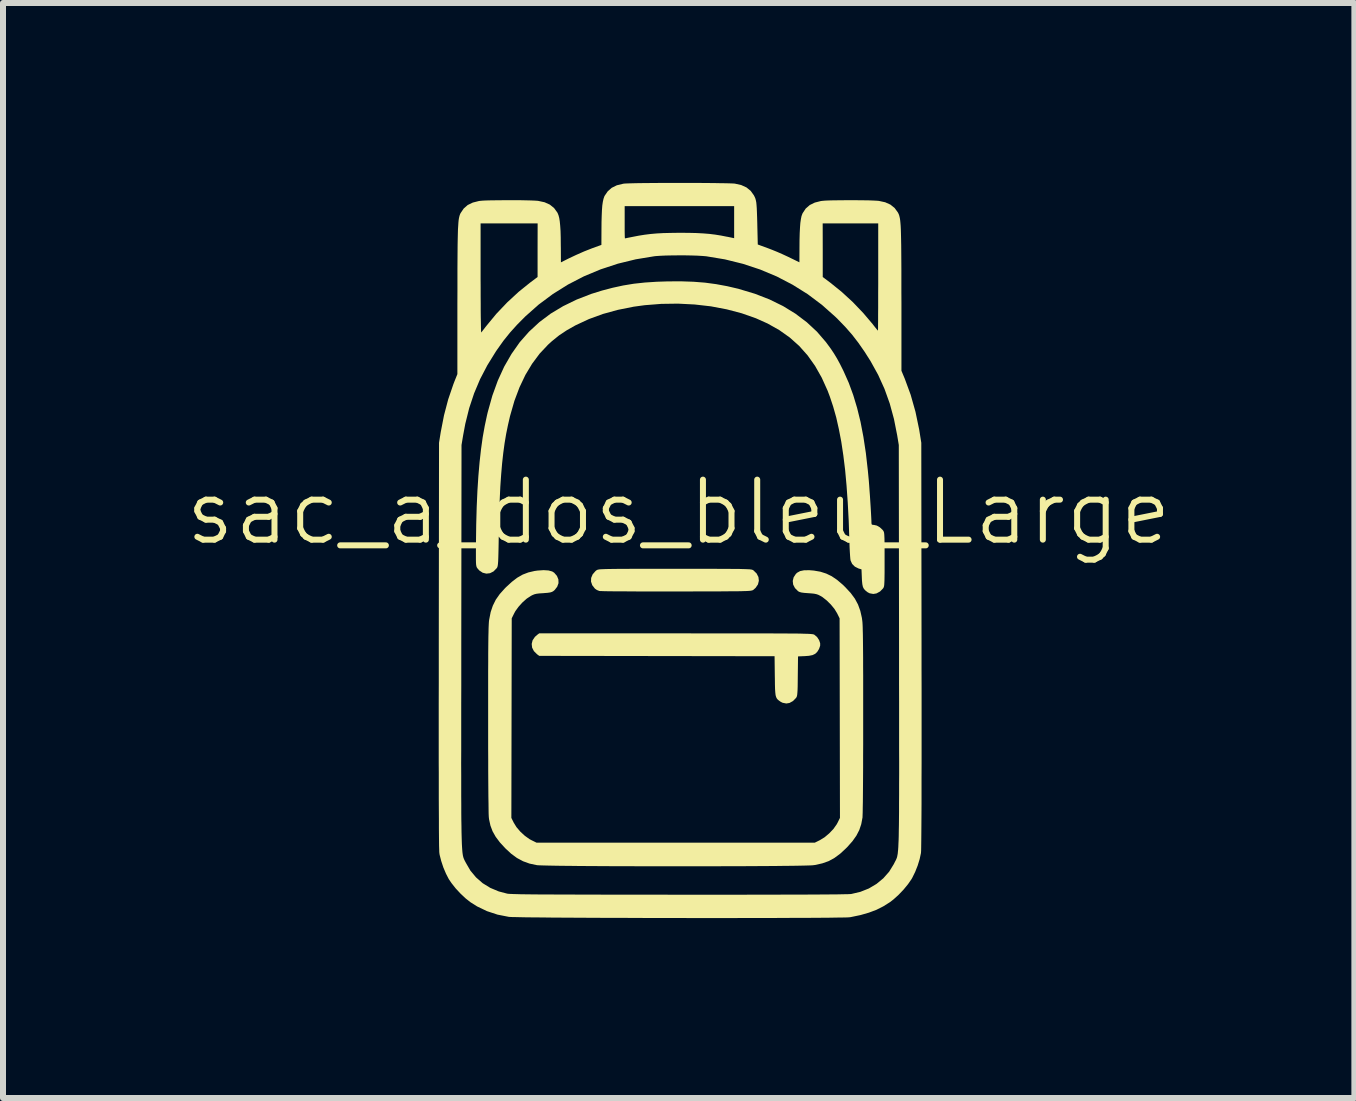
<source format=kicad_pcb>
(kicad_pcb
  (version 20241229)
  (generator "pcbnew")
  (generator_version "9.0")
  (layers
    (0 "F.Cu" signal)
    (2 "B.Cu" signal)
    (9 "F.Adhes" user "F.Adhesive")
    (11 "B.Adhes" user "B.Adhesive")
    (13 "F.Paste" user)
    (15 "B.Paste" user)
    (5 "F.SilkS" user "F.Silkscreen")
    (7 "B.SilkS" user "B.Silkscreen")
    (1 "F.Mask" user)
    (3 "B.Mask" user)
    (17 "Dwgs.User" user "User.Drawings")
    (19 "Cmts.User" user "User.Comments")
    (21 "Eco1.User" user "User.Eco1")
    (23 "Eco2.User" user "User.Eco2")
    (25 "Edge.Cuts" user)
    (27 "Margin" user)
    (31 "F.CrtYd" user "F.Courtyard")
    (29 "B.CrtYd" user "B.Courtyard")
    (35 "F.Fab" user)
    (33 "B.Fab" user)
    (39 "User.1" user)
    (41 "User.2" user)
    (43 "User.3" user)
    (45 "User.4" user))
  (footprint "sac_a_dos_bleu_Large"
    (layer "F.Cu")
    (at 8.264 5.989)
    (property "Reference" "sac_a_dos_bleu_Large" (at 0 -0.5 0) (unlocked yes) (layer "F.SilkS") (effects (font (size 1 1) (thickness 0.1))))
    (attr through_hole)
    (fp_poly (pts (xy 0.228 1.52) (xy 0.484 1.52) (xy 0.718 1.52) (xy 0.929 1.52) (xy 1.12 1.52) (xy 1.292 1.52) (xy 1.444 1.52) (xy 1.58 1.521) (xy 1.699 1.521) (xy 1.803 1.522) (xy 1.893 1.523) (xy 1.97 1.523) (xy 2.035 1.524) (xy 2.089 1.526) (xy 2.133 1.527) (xy 2.168 1.528) (xy 2.196 1.53) (xy 2.218 1.532) (xy 2.234 1.534) (xy 2.245 1.536) (xy 2.254 1.539) (xy 2.26 1.541) (xy 2.261 1.542) (xy 2.307 1.58) (xy 2.342 1.634) (xy 2.359 1.685) (xy 2.359 1.725) (xy 2.343 1.772) (xy 2.337 1.785) (xy 2.309 1.83) (xy 2.276 1.861) (xy 2.232 1.882) (xy 2.172 1.894) (xy 2.106 1.899) (xy 1.99 1.904) (xy 1.986 2.233) (xy 1.985 2.333) (xy 1.984 2.41) (xy 1.982 2.469) (xy 1.979 2.513) (xy 1.976 2.544) (xy 1.972 2.565) (xy 1.966 2.581) (xy 1.959 2.593) (xy 1.956 2.597) (xy 1.906 2.648) (xy 1.848 2.68) (xy 1.795 2.689) (xy 1.733 2.677) (xy 1.701 2.661) (xy 1.674 2.642) (xy 1.653 2.625) (xy 1.637 2.606) (xy 1.625 2.582) (xy 1.616 2.55) (xy 1.611 2.507) (xy 1.607 2.449) (xy 1.605 2.374) (xy 1.604 2.279) (xy 1.603 2.232) (xy 1.599 1.901) (xy -0.363 1.898) (xy -2.324 1.895) (xy -2.36 1.869) (xy -2.413 1.816) (xy -2.443 1.758) (xy -2.45 1.696) (xy -2.435 1.635) (xy -2.396 1.578) (xy -2.36 1.546) (xy -2.324 1.519) (xy -0.052 1.519)) (stroke (width 0) (type solid)) (fill yes) (layer "F.SilkS"))
    (fp_poly (pts (xy 0.144 0.444) (xy 0.327 0.444) (xy 0.487 0.444) (xy 0.628 0.444) (xy 0.749 0.445) (xy 0.852 0.445) (xy 0.939 0.446) (xy 1.011 0.446) (xy 1.071 0.448) (xy 1.118 0.449) (xy 1.155 0.451) (xy 1.183 0.452) (xy 1.204 0.455) (xy 1.219 0.457) (xy 1.23 0.461) (xy 1.238 0.464) (xy 1.244 0.468) (xy 1.247 0.47) (xy 1.3 0.522) (xy 1.33 0.581) (xy 1.337 0.643) (xy 1.322 0.704) (xy 1.283 0.761) (xy 1.247 0.793) (xy 1.241 0.797) (xy 1.234 0.801) (xy 1.224 0.804) (xy 1.211 0.807) (xy 1.193 0.81) (xy 1.168 0.812) (xy 1.135 0.814) (xy 1.091 0.815) (xy 1.037 0.817) (xy 0.97 0.818) (xy 0.889 0.818) (xy 0.792 0.819) (xy 0.677 0.82) (xy 0.544 0.82) (xy 0.391 0.82) (xy 0.216 0.821) (xy 0.018 0.821) (xy -0.035 0.821) (xy -0.211 0.821) (xy -0.379 0.821) (xy -0.54 0.821) (xy -0.69 0.821) (xy -0.829 0.82) (xy -0.954 0.819) (xy -1.064 0.819) (xy -1.157 0.818) (xy -1.231 0.817) (xy -1.285 0.815) (xy -1.316 0.814) (xy -1.323 0.813) (xy -1.363 0.797) (xy -1.396 0.774) (xy -1.44 0.718) (xy -1.461 0.657) (xy -1.459 0.596) (xy -1.434 0.536) (xy -1.387 0.482) (xy -1.372 0.47) (xy -1.366 0.466) (xy -1.359 0.462) (xy -1.35 0.459) (xy -1.337 0.456) (xy -1.319 0.453) (xy -1.294 0.451) (xy -1.262 0.45) (xy -1.219 0.448) (xy -1.166 0.447) (xy -1.1 0.446) (xy -1.02 0.445) (xy -0.924 0.445) (xy -0.811 0.444) (xy -0.68 0.444) (xy -0.529 0.444) (xy -0.357 0.444) (xy -0.162 0.444) (xy -0.063 0.444)) (stroke (width 0) (type solid)) (fill yes) (layer "F.SilkS"))
    (fp_poly (pts (xy 0.247 -4.342) (xy 0.439 -4.327) (xy 0.625 -4.302) (xy 0.809 -4.268) (xy 0.998 -4.224) (xy 1.007 -4.221) (xy 1.27 -4.142) (xy 1.515 -4.047) (xy 1.741 -3.936) (xy 1.948 -3.809) (xy 2.137 -3.666) (xy 2.306 -3.509) (xy 2.455 -3.336) (xy 2.472 -3.313) (xy 2.536 -3.226) (xy 2.59 -3.145) (xy 2.64 -3.062) (xy 2.689 -2.972) (xy 2.742 -2.866) (xy 2.752 -2.845) (xy 2.836 -2.656) (xy 2.91 -2.454) (xy 2.975 -2.238) (xy 3.032 -2.006) (xy 3.08 -1.755) (xy 3.121 -1.485) (xy 3.154 -1.194) (xy 3.17 -1.026) (xy 3.176 -0.949) (xy 3.182 -0.863) (xy 3.189 -0.77) (xy 3.195 -0.675) (xy 3.201 -0.583) (xy 3.206 -0.497) (xy 3.21 -0.423) (xy 3.213 -0.363) (xy 3.214 -0.324) (xy 3.214 -0.318) (xy 3.218 -0.297) (xy 3.234 -0.289) (xy 3.256 -0.288) (xy 3.304 -0.277) (xy 3.354 -0.248) (xy 3.399 -0.206) (xy 3.407 -0.196) (xy 3.414 -0.186) (xy 3.419 -0.175) (xy 3.424 -0.159) (xy 3.427 -0.137) (xy 3.429 -0.106) (xy 3.431 -0.062) (xy 3.432 -0.005) (xy 3.433 0.07) (xy 3.433 0.164) (xy 3.433 0.281) (xy 3.433 0.288) (xy 3.433 0.405) (xy 3.433 0.501) (xy 3.432 0.577) (xy 3.431 0.635) (xy 3.429 0.679) (xy 3.427 0.711) (xy 3.424 0.733) (xy 3.419 0.749) (xy 3.414 0.761) (xy 3.407 0.771) (xy 3.407 0.771) (xy 3.357 0.822) (xy 3.298 0.854) (xy 3.245 0.863) (xy 3.184 0.852) (xy 3.151 0.835) (xy 3.115 0.807) (xy 3.089 0.779) (xy 3.072 0.746) (xy 3.062 0.701) (xy 3.056 0.641) (xy 3.054 0.596) (xy 3.048 0.453) (xy 2.998 0.438) (xy 2.938 0.408) (xy 2.892 0.362) (xy 2.866 0.305) (xy 2.862 0.279) (xy 2.858 0.231) (xy 2.854 0.168) (xy 2.85 0.092) (xy 2.847 0.01) (xy 2.846 -0.025) (xy 2.835 -0.354) (xy 2.819 -0.659) (xy 2.799 -0.942) (xy 2.775 -1.205) (xy 2.745 -1.449) (xy 2.711 -1.675) (xy 2.671 -1.884) (xy 2.627 -2.079) (xy 2.576 -2.26) (xy 2.52 -2.428) (xy 2.483 -2.526) (xy 2.385 -2.743) (xy 2.274 -2.939) (xy 2.149 -3.115) (xy 2.008 -3.273) (xy 1.851 -3.413) (xy 1.676 -3.537) (xy 1.482 -3.646) (xy 1.288 -3.733) (xy 1.052 -3.816) (xy 0.801 -3.882) (xy 0.538 -3.932) (xy 0.266 -3.963) (xy -0.011 -3.977) (xy -0.29 -3.973) (xy -0.567 -3.951) (xy -0.75 -3.926) (xy -1.015 -3.873) (xy -1.262 -3.805) (xy -1.495 -3.72) (xy -1.714 -3.618) (xy -1.724 -3.613) (xy -1.867 -3.532) (xy -1.993 -3.448) (xy -2.111 -3.353) (xy -2.178 -3.292) (xy -2.318 -3.143) (xy -2.443 -2.975) (xy -2.555 -2.789) (xy -2.653 -2.583) (xy -2.738 -2.357) (xy -2.809 -2.11) (xy -2.813 -2.095) (xy -2.846 -1.951) (xy -2.876 -1.804) (xy -2.902 -1.65) (xy -2.924 -1.488) (xy -2.943 -1.316) (xy -2.959 -1.13) (xy -2.973 -0.929) (xy -2.983 -0.711) (xy -2.992 -0.474) (xy -2.998 -0.214) (xy -2.999 -0.123) (xy -3.001 0.005) (xy -3.003 0.111) (xy -3.005 0.196) (xy -3.007 0.263) (xy -3.009 0.315) (xy -3.012 0.354) (xy -3.015 0.382) (xy -3.019 0.402) (xy -3.023 0.416) (xy -3.029 0.427) (xy -3.034 0.434) (xy -3.086 0.487) (xy -3.145 0.517) (xy -3.206 0.524) (xy -3.267 0.509) (xy -3.324 0.471) (xy -3.356 0.434) (xy -3.363 0.424) (xy -3.369 0.411) (xy -3.373 0.395) (xy -3.377 0.371) (xy -3.379 0.337) (xy -3.38 0.29) (xy -3.38 0.227) (xy -3.38 0.146) (xy -3.379 0.043) (xy -3.379 0.015) (xy -3.375 -0.297) (xy -3.367 -0.586) (xy -3.355 -0.854) (xy -3.339 -1.102) (xy -3.319 -1.333) (xy -3.295 -1.548) (xy -3.267 -1.749) (xy -3.233 -1.938) (xy -3.195 -2.117) (xy -3.182 -2.171) (xy -3.106 -2.443) (xy -3.015 -2.694) (xy -2.909 -2.926) (xy -2.787 -3.138) (xy -2.65 -3.333) (xy -2.495 -3.509) (xy -2.323 -3.668) (xy -2.134 -3.81) (xy -1.926 -3.935) (xy -1.7 -4.045) (xy -1.455 -4.14) (xy -1.278 -4.195) (xy -1.099 -4.242) (xy -0.924 -4.28) (xy -0.748 -4.309) (xy -0.563 -4.329) (xy -0.365 -4.342) (xy -0.181 -4.348) (xy 0.042 -4.349)) (stroke (width 0) (type solid)) (fill yes) (layer "F.SilkS"))
    (fp_poly (pts (xy -2.17 0.471) (xy -2.108 0.488) (xy -2.075 0.509) (xy -2.029 0.562) (xy -2.005 0.621) (xy -2.003 0.683) (xy -2.025 0.743) (xy -2.068 0.798) (xy -2.091 0.817) (xy -2.113 0.829) (xy -2.143 0.838) (xy -2.186 0.844) (xy -2.249 0.849) (xy -2.26 0.85) (xy -2.324 0.854) (xy -2.371 0.86) (xy -2.407 0.869) (xy -2.44 0.883) (xy -2.463 0.895) (xy -2.533 0.941) (xy -2.604 1.004) (xy -2.669 1.076) (xy -2.722 1.149) (xy -2.741 1.184) (xy -2.783 1.269) (xy -2.786 2.932) (xy -2.789 4.596) (xy -2.75 4.675) (xy -2.704 4.75) (xy -2.639 4.826) (xy -2.565 4.894) (xy -2.487 4.95) (xy -2.455 4.967) (xy -2.37 5.009) (xy -0.05 5.009) (xy 2.27 5.009) (xy 2.355 4.967) (xy 2.433 4.919) (xy 2.509 4.855) (xy 2.579 4.782) (xy 2.633 4.706) (xy 2.65 4.675) (xy 2.689 4.596) (xy 2.686 2.932) (xy 2.683 1.269) (xy 2.641 1.184) (xy 2.597 1.112) (xy 2.537 1.039) (xy 2.468 0.971) (xy 2.397 0.915) (xy 2.363 0.895) (xy 2.328 0.877) (xy 2.295 0.866) (xy 2.256 0.858) (xy 2.204 0.853) (xy 2.16 0.85) (xy 2.094 0.845) (xy 2.048 0.839) (xy 2.016 0.83) (xy 1.994 0.819) (xy 1.991 0.817) (xy 1.939 0.765) (xy 1.909 0.707) (xy 1.902 0.646) (xy 1.917 0.585) (xy 1.954 0.529) (xy 1.975 0.509) (xy 2.024 0.482) (xy 2.091 0.468) (xy 2.179 0.467) (xy 2.254 0.473) (xy 2.363 0.492) (xy 2.46 0.523) (xy 2.551 0.567) (xy 2.641 0.628) (xy 2.735 0.708) (xy 2.778 0.75) (xy 2.868 0.847) (xy 2.938 0.942) (xy 2.99 1.039) (xy 3.028 1.144) (xy 3.055 1.263) (xy 3.058 1.287) (xy 3.061 1.309) (xy 3.064 1.336) (xy 3.066 1.371) (xy 3.068 1.414) (xy 3.069 1.467) (xy 3.071 1.531) (xy 3.072 1.607) (xy 3.073 1.697) (xy 3.074 1.802) (xy 3.075 1.924) (xy 3.075 2.063) (xy 3.076 2.221) (xy 3.076 2.399) (xy 3.076 2.6) (xy 3.076 2.823) (xy 3.076 2.954) (xy 3.076 3.17) (xy 3.076 3.376) (xy 3.075 3.571) (xy 3.075 3.753) (xy 3.074 3.921) (xy 3.073 4.073) (xy 3.072 4.209) (xy 3.071 4.327) (xy 3.069 4.425) (xy 3.068 4.502) (xy 3.066 4.558) (xy 3.065 4.59) (xy 3.064 4.594) (xy 3.044 4.701) (xy 3.011 4.799) (xy 2.963 4.892) (xy 2.898 4.984) (xy 2.812 5.081) (xy 2.789 5.104) (xy 2.692 5.194) (xy 2.597 5.264) (xy 2.5 5.317) (xy 2.395 5.354) (xy 2.276 5.381) (xy 2.252 5.384) (xy 2.224 5.387) (xy 2.172 5.389) (xy 2.098 5.391) (xy 2.004 5.393) (xy 1.892 5.395) (xy 1.762 5.396) (xy 1.617 5.398) (xy 1.459 5.399) (xy 1.287 5.4) (xy 1.106 5.401) (xy 0.915 5.402) (xy 0.717 5.402) (xy 0.513 5.403) (xy 0.304 5.403) (xy 0.093 5.403) (xy -0.119 5.403) (xy -0.331 5.403) (xy -0.541 5.403) (xy -0.747 5.402) (xy -0.948 5.402) (xy -1.141 5.401) (xy -1.327 5.4) (xy -1.503 5.399) (xy -1.666 5.398) (xy -1.817 5.396) (xy -1.953 5.395) (xy -2.073 5.393) (xy -2.174 5.391) (xy -2.256 5.389) (xy -2.317 5.387) (xy -2.355 5.385) (xy -2.364 5.384) (xy -2.486 5.358) (xy -2.594 5.319) (xy -2.695 5.265) (xy -2.793 5.193) (xy -2.889 5.104) (xy -2.98 5.005) (xy -3.05 4.912) (xy -3.102 4.82) (xy -3.138 4.724) (xy -3.161 4.619) (xy -3.164 4.594) (xy -3.166 4.568) (xy -3.168 4.519) (xy -3.169 4.447) (xy -3.17 4.354) (xy -3.172 4.242) (xy -3.173 4.111) (xy -3.174 3.963) (xy -3.175 3.799) (xy -3.175 3.62) (xy -3.176 3.429) (xy -3.176 3.226) (xy -3.176 3.012) (xy -3.176 2.954) (xy -3.176 2.717) (xy -3.176 2.505) (xy -3.176 2.315) (xy -3.176 2.146) (xy -3.175 1.997) (xy -3.175 1.866) (xy -3.174 1.752) (xy -3.173 1.654) (xy -3.172 1.57) (xy -3.17 1.5) (xy -3.169 1.441) (xy -3.167 1.393) (xy -3.165 1.354) (xy -3.163 1.323) (xy -3.16 1.298) (xy -3.158 1.287) (xy -3.134 1.165) (xy -3.098 1.058) (xy -3.049 0.959) (xy -2.983 0.865) (xy -2.896 0.768) (xy -2.878 0.75) (xy -2.781 0.661) (xy -2.691 0.592) (xy -2.6 0.54) (xy -2.506 0.504) (xy -2.403 0.48) (xy -2.354 0.473) (xy -2.252 0.466)) (stroke (width 0) (type solid)) (fill yes) (layer "F.SilkS"))
    (fp_poly (pts (xy 0.088 -5.989) (xy 0.223 -5.989) (xy 0.355 -5.989) (xy 0.479 -5.988) (xy 0.595 -5.987) (xy 0.698 -5.985) (xy 0.786 -5.984) (xy 0.858 -5.982) (xy 0.909 -5.98) (xy 0.936 -5.978) (xy 1.043 -5.954) (xy 1.131 -5.914) (xy 1.201 -5.857) (xy 1.254 -5.783) (xy 1.257 -5.777) (xy 1.27 -5.751) (xy 1.28 -5.726) (xy 1.287 -5.699) (xy 1.294 -5.665) (xy 1.298 -5.623) (xy 1.302 -5.569) (xy 1.305 -5.499) (xy 1.308 -5.411) (xy 1.311 -5.302) (xy 1.311 -5.291) (xy 1.319 -4.963) (xy 1.483 -4.903) (xy 1.556 -4.875) (xy 1.642 -4.84) (xy 1.731 -4.801) (xy 1.813 -4.763) (xy 1.83 -4.755) (xy 2.013 -4.666) (xy 2.014 -4.9) (xy 2.015 -5.038) (xy 2.018 -5.153) (xy 2.023 -5.248) (xy 2.028 -5.315) (xy 2.401 -5.315) (xy 2.402 -4.868) (xy 2.402 -4.421) (xy 2.53 -4.325) (xy 2.718 -4.173) (xy 2.903 -4.003) (xy 3.077 -3.821) (xy 3.234 -3.636) (xy 3.243 -3.624) (xy 3.275 -3.583) (xy 3.302 -3.55) (xy 3.318 -3.531) (xy 3.322 -3.527) (xy 3.323 -3.539) (xy 3.324 -3.574) (xy 3.324 -3.63) (xy 3.325 -3.706) (xy 3.325 -3.798) (xy 3.326 -3.906) (xy 3.326 -4.026) (xy 3.326 -4.158) (xy 3.327 -4.299) (xy 3.327 -4.421) (xy 3.327 -5.315) (xy 2.864 -5.315) (xy 2.401 -5.315) (xy 2.028 -5.315) (xy 2.029 -5.325) (xy 2.038 -5.387) (xy 2.048 -5.436) (xy 2.062 -5.474) (xy 2.067 -5.485) (xy 2.118 -5.562) (xy 2.186 -5.621) (xy 2.27 -5.662) (xy 2.373 -5.688) (xy 2.391 -5.69) (xy 2.433 -5.694) (xy 2.495 -5.697) (xy 2.574 -5.699) (xy 2.666 -5.7) (xy 2.766 -5.701) (xy 2.869 -5.702) (xy 2.973 -5.701) (xy 3.072 -5.7) (xy 3.162 -5.699) (xy 3.24 -5.696) (xy 3.3 -5.693) (xy 3.337 -5.69) (xy 3.443 -5.667) (xy 3.53 -5.628) (xy 3.6 -5.572) (xy 3.654 -5.498) (xy 3.661 -5.485) (xy 3.669 -5.468) (xy 3.676 -5.449) (xy 3.682 -5.426) (xy 3.688 -5.399) (xy 3.693 -5.366) (xy 3.697 -5.325) (xy 3.701 -5.275) (xy 3.704 -5.214) (xy 3.706 -5.141) (xy 3.708 -5.055) (xy 3.71 -4.953) (xy 3.711 -4.835) (xy 3.712 -4.699) (xy 3.713 -4.544) (xy 3.713 -4.368) (xy 3.713 -4.169) (xy 3.714 -3.996) (xy 3.714 -2.858) (xy 3.77 -2.724) (xy 3.868 -2.457) (xy 3.948 -2.174) (xy 4.01 -1.876) (xy 4.017 -1.832) (xy 4.045 -1.657) (xy 4.049 1.72) (xy 4.049 2.107) (xy 4.05 2.47) (xy 4.05 2.809) (xy 4.05 3.123) (xy 4.05 3.414) (xy 4.05 3.681) (xy 4.049 3.926) (xy 4.049 4.148) (xy 4.049 4.347) (xy 4.048 4.524) (xy 4.047 4.68) (xy 4.046 4.814) (xy 4.045 4.927) (xy 4.044 5.019) (xy 4.043 5.09) (xy 4.042 5.142) (xy 4.04 5.174) (xy 4.039 5.184) (xy 4.018 5.282) (xy 3.985 5.39) (xy 3.943 5.496) (xy 3.896 5.592) (xy 3.882 5.617) (xy 3.823 5.702) (xy 3.749 5.792) (xy 3.667 5.878) (xy 3.583 5.954) (xy 3.521 6.002) (xy 3.411 6.071) (xy 3.296 6.129) (xy 3.171 6.176) (xy 3.032 6.216) (xy 2.874 6.249) (xy 2.857 6.252) (xy 2.834 6.254) (xy 2.788 6.256) (xy 2.72 6.257) (xy 2.63 6.258) (xy 2.522 6.26) (xy 2.395 6.261) (xy 2.252 6.262) (xy 2.094 6.263) (xy 1.921 6.263) (xy 1.737 6.264) (xy 1.541 6.265) (xy 1.336 6.265) (xy 1.122 6.265) (xy 0.902 6.266) (xy 0.676 6.266) (xy 0.446 6.266) (xy 0.214 6.266) (xy -0.02 6.265) (xy -0.253 6.265) (xy -0.485 6.265) (xy -0.714 6.264) (xy -0.938 6.263) (xy -1.157 6.263) (xy -1.368 6.262) (xy -1.571 6.261) (xy -1.764 6.26) (xy -1.945 6.259) (xy -2.114 6.258) (xy -2.268 6.256) (xy -2.407 6.255) (xy -2.529 6.254) (xy -2.632 6.252) (xy -2.716 6.25) (xy -2.778 6.249) (xy -2.818 6.247) (xy -2.831 6.246) (xy -3.019 6.209) (xy -3.195 6.151) (xy -3.36 6.072) (xy -3.471 6.002) (xy -3.552 5.938) (xy -3.636 5.859) (xy -3.717 5.772) (xy -3.788 5.682) (xy -3.832 5.617) (xy -3.879 5.526) (xy -3.923 5.422) (xy -3.959 5.313) (xy -3.985 5.211) (xy -3.989 5.184) (xy -3.991 5.164) (xy -3.992 5.124) (xy -3.994 5.065) (xy -3.995 4.986) (xy -3.996 4.886) (xy -3.997 4.765) (xy -3.997 4.623) (xy -3.998 4.459) (xy -3.999 4.274) (xy -3.999 4.067) (xy -3.999 3.837) (xy -4 3.688) (xy -3.626 3.688) (xy -3.625 3.886) (xy -3.625 4.066) (xy -3.625 4.229) (xy -3.624 4.376) (xy -3.624 4.508) (xy -3.623 4.626) (xy -3.621 4.731) (xy -3.62 4.823) (xy -3.618 4.903) (xy -3.616 4.974) (xy -3.614 5.034) (xy -3.611 5.086) (xy -3.608 5.129) (xy -3.605 5.166) (xy -3.601 5.197) (xy -3.597 5.223) (xy -3.592 5.244) (xy -3.587 5.262) (xy -3.581 5.277) (xy -3.575 5.291) (xy -3.569 5.304) (xy -3.562 5.318) (xy -3.554 5.332) (xy -3.547 5.346) (xy -3.472 5.475) (xy -3.378 5.588) (xy -3.267 5.685) (xy -3.14 5.763) (xy -2.999 5.822) (xy -2.858 5.859) (xy -2.844 5.861) (xy -2.821 5.863) (xy -2.791 5.864) (xy -2.75 5.866) (xy -2.699 5.867) (xy -2.637 5.869) (xy -2.562 5.87) (xy -2.474 5.871) (xy -2.372 5.872) (xy -2.254 5.873) (xy -2.121 5.873) (xy -1.971 5.874) (xy -1.804 5.874) (xy -1.618 5.875) (xy -1.412 5.875) (xy -1.186 5.876) (xy -0.939 5.876) (xy -0.669 5.876) (xy -0.377 5.876) (xy -0.06 5.877) (xy 0.013 5.877) (xy 0.375 5.877) (xy 0.713 5.877) (xy 1.027 5.877) (xy 1.316 5.876) (xy 1.581 5.876) (xy 1.822 5.875) (xy 2.038 5.875) (xy 2.23 5.874) (xy 2.397 5.873) (xy 2.539 5.872) (xy 2.657 5.871) (xy 2.749 5.869) (xy 2.817 5.868) (xy 2.86 5.866) (xy 2.876 5.865) (xy 3.029 5.829) (xy 3.17 5.773) (xy 3.298 5.697) (xy 3.412 5.603) (xy 3.509 5.493) (xy 3.586 5.368) (xy 3.597 5.346) (xy 3.605 5.33) (xy 3.613 5.315) (xy 3.62 5.302) (xy 3.626 5.289) (xy 3.632 5.275) (xy 3.638 5.259) (xy 3.643 5.241) (xy 3.647 5.219) (xy 3.652 5.193) (xy 3.655 5.161) (xy 3.659 5.123) (xy 3.662 5.078) (xy 3.664 5.025) (xy 3.667 4.963) (xy 3.669 4.892) (xy 3.67 4.809) (xy 3.672 4.715) (xy 3.673 4.609) (xy 3.674 4.488) (xy 3.674 4.354) (xy 3.675 4.205) (xy 3.675 4.039) (xy 3.676 3.856) (xy 3.676 3.655) (xy 3.675 3.436) (xy 3.675 3.196) (xy 3.675 2.937) (xy 3.675 2.655) (xy 3.674 2.351) (xy 3.674 2.024) (xy 3.674 1.728) (xy 3.67 -1.62) (xy 3.643 -1.782) (xy 3.589 -2.055) (xy 3.519 -2.312) (xy 3.432 -2.555) (xy 3.326 -2.789) (xy 3.2 -3.017) (xy 3.101 -3.173) (xy 2.996 -3.324) (xy 2.891 -3.46) (xy 2.777 -3.59) (xy 2.65 -3.721) (xy 2.61 -3.76) (xy 2.388 -3.957) (xy 2.151 -4.135) (xy 1.9 -4.292) (xy 1.635 -4.43) (xy 1.358 -4.546) (xy 1.07 -4.641) (xy 0.771 -4.715) (xy 0.463 -4.766) (xy 0.456 -4.767) (xy 0.394 -4.772) (xy 0.311 -4.777) (xy 0.214 -4.78) (xy 0.107 -4.782) (xy -0.003 -4.782) (xy -0.112 -4.781) (xy -0.214 -4.779) (xy -0.305 -4.775) (xy -0.378 -4.77) (xy -0.406 -4.767) (xy -0.715 -4.716) (xy -1.014 -4.643) (xy -1.302 -4.548) (xy -1.58 -4.432) (xy -1.845 -4.295) (xy -2.096 -4.138) (xy -2.334 -3.961) (xy -2.556 -3.764) (xy -2.56 -3.76) (xy -2.693 -3.626) (xy -2.811 -3.495) (xy -2.919 -3.361) (xy -3.023 -3.215) (xy -3.049 -3.177) (xy -3.19 -2.949) (xy -3.31 -2.719) (xy -3.41 -2.482) (xy -3.492 -2.235) (xy -3.557 -1.974) (xy -3.593 -1.782) (xy -3.62 -1.62) (xy -3.624 1.728) (xy -3.624 2.076) (xy -3.624 2.4) (xy -3.625 2.7) (xy -3.625 2.978) (xy -3.625 3.235) (xy -3.625 3.471) (xy -3.626 3.688) (xy -4 3.688) (xy -4 3.584) (xy -4 3.308) (xy -4 3.009) (xy -4 2.686) (xy -3.999 2.339) (xy -3.999 1.967) (xy -3.999 1.72) (xy -3.995 -1.657) (xy -3.967 -1.832) (xy -3.912 -2.115) (xy -3.842 -2.381) (xy -3.756 -2.633) (xy -3.738 -2.68) (xy -3.689 -2.802) (xy -3.689 -3.968) (xy -3.688 -4.187) (xy -3.688 -4.383) (xy -3.688 -4.4) (xy -3.302 -4.4) (xy -3.301 -4.251) (xy -3.301 -4.111) (xy -3.3 -3.98) (xy -3.3 -3.86) (xy -3.299 -3.754) (xy -3.297 -3.664) (xy -3.296 -3.591) (xy -3.295 -3.538) (xy -3.293 -3.505) (xy -3.291 -3.496) (xy -3.28 -3.51) (xy -3.257 -3.54) (xy -3.226 -3.58) (xy -3.199 -3.614) (xy -3.037 -3.81) (xy -2.857 -3.999) (xy -2.665 -4.176) (xy -2.48 -4.325) (xy -2.352 -4.421) (xy -2.352 -4.868) (xy -2.351 -5.315) (xy -2.826 -5.315) (xy -3.302 -5.315) (xy -3.302 -4.4) (xy -3.688 -4.4) (xy -3.688 -4.557) (xy -3.687 -4.711) (xy -3.686 -4.845) (xy -3.685 -4.961) (xy -3.683 -5.061) (xy -3.681 -5.146) (xy -3.679 -5.218) (xy -3.675 -5.278) (xy -3.672 -5.327) (xy -3.668 -5.368) (xy -3.663 -5.4) (xy -3.657 -5.427) (xy -3.651 -5.449) (xy -3.644 -5.468) (xy -3.636 -5.485) (xy -3.584 -5.562) (xy -3.517 -5.621) (xy -3.432 -5.662) (xy -3.329 -5.688) (xy -3.312 -5.69) (xy -3.271 -5.694) (xy -3.209 -5.697) (xy -3.13 -5.699) (xy -3.038 -5.7) (xy -2.938 -5.701) (xy -2.834 -5.702) (xy -2.729 -5.701) (xy -2.629 -5.701) (xy -2.536 -5.699) (xy -2.455 -5.697) (xy -2.39 -5.694) (xy -2.346 -5.691) (xy -2.341 -5.69) (xy -2.235 -5.667) (xy -2.148 -5.628) (xy -2.078 -5.572) (xy -2.024 -5.498) (xy -2.017 -5.485) (xy -2.003 -5.45) (xy -1.991 -5.405) (xy -1.982 -5.348) (xy -1.975 -5.276) (xy -1.969 -5.188) (xy -1.966 -5.08) (xy -1.965 -4.95) (xy -1.964 -4.899) (xy -1.963 -4.665) (xy -1.842 -4.726) (xy -1.711 -4.788) (xy -1.575 -4.848) (xy -1.443 -4.9) (xy -1.385 -4.921) (xy -1.288 -4.956) (xy -1.287 -5.189) (xy -1.286 -5.326) (xy -1.286 -5.334) (xy -0.9 -5.334) (xy -0.9 -5.255) (xy -0.9 -5.185) (xy -0.899 -5.128) (xy -0.898 -5.087) (xy -0.896 -5.067) (xy -0.896 -5.065) (xy -0.882 -5.067) (xy -0.85 -5.074) (xy -0.804 -5.083) (xy -0.774 -5.089) (xy -0.666 -5.11) (xy -0.566 -5.126) (xy -0.469 -5.138) (xy -0.368 -5.147) (xy -0.259 -5.153) (xy -0.137 -5.156) (xy 0.005 -5.158) (xy 0.025 -5.158) (xy 0.17 -5.157) (xy 0.296 -5.154) (xy 0.407 -5.148) (xy 0.508 -5.14) (xy 0.606 -5.128) (xy 0.706 -5.112) (xy 0.812 -5.091) (xy 0.816 -5.091) (xy 0.925 -5.068) (xy 0.925 -5.335) (xy 0.925 -5.603) (xy 0.013 -5.603) (xy -0.9 -5.603) (xy -0.9 -5.334) (xy -1.286 -5.334) (xy -1.283 -5.441) (xy -1.279 -5.536) (xy -1.273 -5.614) (xy -1.264 -5.675) (xy -1.253 -5.724) (xy -1.24 -5.762) (xy -1.235 -5.773) (xy -1.183 -5.849) (xy -1.116 -5.908) (xy -1.031 -5.95) (xy -0.928 -5.975) (xy -0.911 -5.978) (xy -0.88 -5.98) (xy -0.826 -5.982) (xy -0.753 -5.984) (xy -0.663 -5.986) (xy -0.559 -5.987) (xy -0.442 -5.988) (xy -0.317 -5.989) (xy -0.185 -5.989) (xy -0.049 -5.989)) (stroke (width 0) (type solid)) (fill yes) (layer "F.SilkS")))
  (gr_rect
    (start -3 -3)
    (end 19.529 15.255)
    (stroke (width 0.1) (type default))
    (fill no)
    (layer "Edge.Cuts")))
</source>
